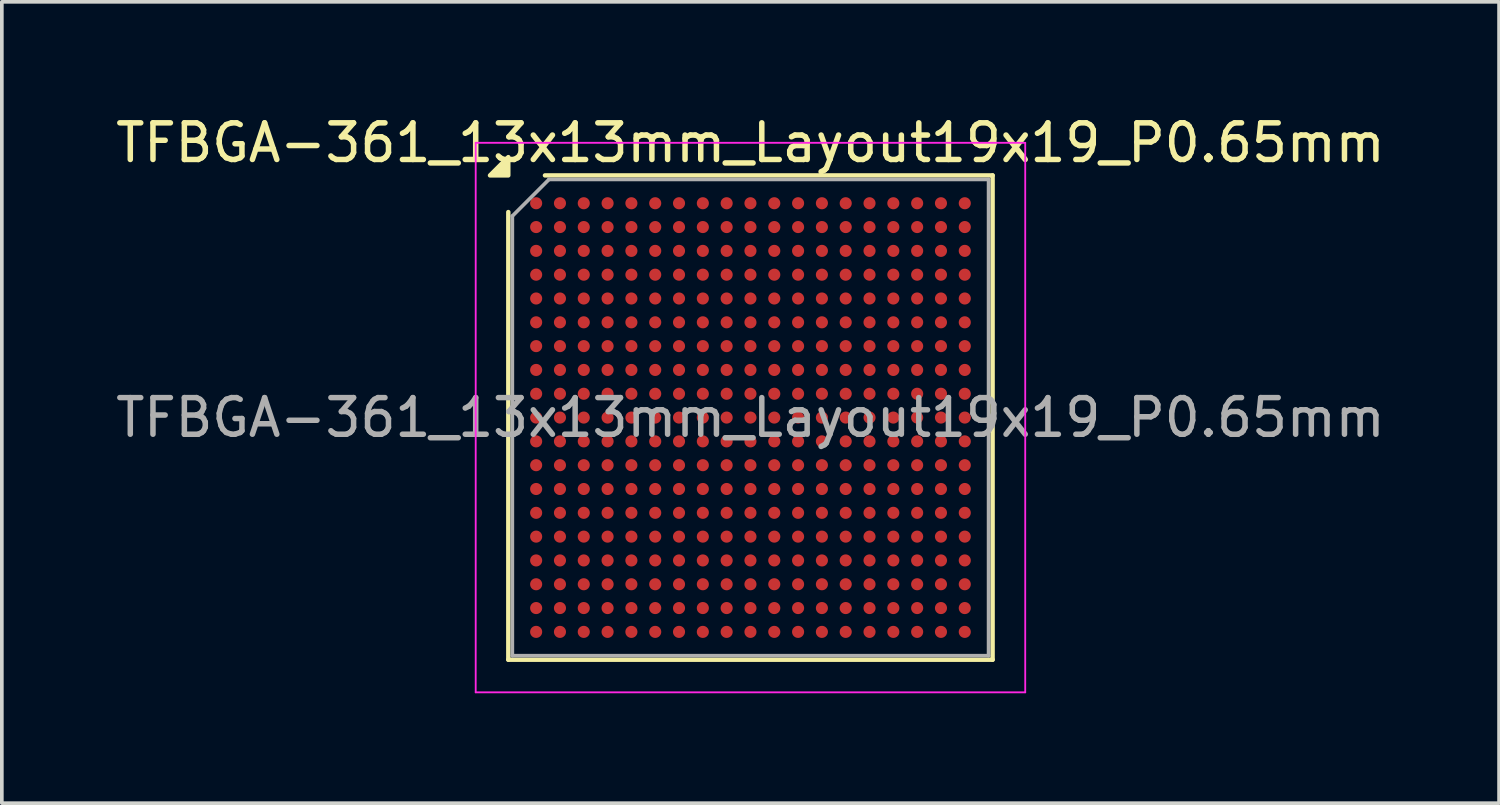
<source format=kicad_pcb>
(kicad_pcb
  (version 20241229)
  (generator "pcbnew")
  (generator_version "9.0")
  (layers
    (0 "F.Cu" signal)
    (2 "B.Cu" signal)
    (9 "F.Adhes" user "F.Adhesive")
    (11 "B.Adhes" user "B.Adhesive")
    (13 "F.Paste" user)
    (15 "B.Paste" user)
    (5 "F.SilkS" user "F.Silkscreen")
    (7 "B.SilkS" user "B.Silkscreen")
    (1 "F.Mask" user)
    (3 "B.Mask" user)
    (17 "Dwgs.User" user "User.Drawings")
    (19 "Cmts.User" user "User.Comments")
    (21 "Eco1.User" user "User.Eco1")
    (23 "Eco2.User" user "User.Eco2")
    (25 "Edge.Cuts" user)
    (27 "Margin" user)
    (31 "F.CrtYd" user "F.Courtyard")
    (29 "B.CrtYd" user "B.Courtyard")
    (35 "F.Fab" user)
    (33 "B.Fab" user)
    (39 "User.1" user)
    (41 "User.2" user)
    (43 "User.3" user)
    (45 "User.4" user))
  (footprint "TFBGA-361_13x13mm_Layout19x19_P0.65mm"
    (layer "F.Cu")
    (at 17.435 8.348)
    (property "Reference" "TFBGA-361_13x13mm_Layout19x19_P0.65mm" (at 0 -7.5 0) (layer "F.SilkS") (effects (font (size 1 1) (thickness 0.15))))
    (attr smd)
    (fp_line (start -6.61 6.61) (end -6.61 -5.61) (stroke (width 0.12) (type solid)) (layer "F.SilkS"))
    (fp_line (start -5.61 -6.61) (end 6.61 -6.61) (stroke (width 0.12) (type solid)) (layer "F.SilkS"))
    (fp_line (start 6.61 -6.61) (end 6.61 6.61) (stroke (width 0.12) (type solid)) (layer "F.SilkS"))
    (fp_line (start 6.61 6.61) (end -6.61 6.61) (stroke (width 0.12) (type solid)) (layer "F.SilkS"))
    (fp_poly (pts (xy -6.61 -6.61) (xy -7.11 -6.61) (xy -6.61 -7.11)) (stroke (width 0.12) (type solid)) (fill yes) (layer "F.SilkS"))
    (fp_line (start -7.5 -7.5) (end -7.5 7.5) (stroke (width 0.05) (type solid)) (layer "F.CrtYd"))
    (fp_line (start -7.5 7.5) (end 7.5 7.5) (stroke (width 0.05) (type solid)) (layer "F.CrtYd"))
    (fp_line (start 7.5 -7.5) (end -7.5 -7.5) (stroke (width 0.05) (type solid)) (layer "F.CrtYd"))
    (fp_line (start 7.5 7.5) (end 7.5 -7.5) (stroke (width 0.05) (type solid)) (layer "F.CrtYd"))
    (fp_line (start -6.5 -5.5) (end -5.5 -6.5) (stroke (width 0.1) (type solid)) (layer "F.Fab"))
    (fp_line (start -6.5 6.5) (end -6.5 -5.5) (stroke (width 0.1) (type solid)) (layer "F.Fab"))
    (fp_line (start -5.5 -6.5) (end 6.5 -6.5) (stroke (width 0.1) (type solid)) (layer "F.Fab"))
    (fp_line (start 6.5 -6.5) (end 6.5 6.5) (stroke (width 0.1) (type solid)) (layer "F.Fab"))
    (fp_line (start 6.5 6.5) (end -6.5 6.5) (stroke (width 0.1) (type solid)) (layer "F.Fab"))
    (fp_text user "${REFERENCE}" (at 0 0 0) (layer "F.Fab") (effects (font (size 1 1) (thickness 0.15))))
    (pad "A1" smd circle (at -5.85 -5.85) (size 0.33 0.33) (property pad_prop_bga) (layers "F.Cu" "F.Mask" "F.Paste"))
    (pad "A2" smd circle (at -5.2 -5.85) (size 0.33 0.33) (property pad_prop_bga) (layers "F.Cu" "F.Mask" "F.Paste"))
    (pad "A3" smd circle (at -4.55 -5.85) (size 0.33 0.33) (property pad_prop_bga) (layers "F.Cu" "F.Mask" "F.Paste"))
    (pad "A4" smd circle (at -3.9 -5.85) (size 0.33 0.33) (property pad_prop_bga) (layers "F.Cu" "F.Mask" "F.Paste"))
    (pad "A5" smd circle (at -3.25 -5.85) (size 0.33 0.33) (property pad_prop_bga) (layers "F.Cu" "F.Mask" "F.Paste"))
    (pad "A6" smd circle (at -2.6 -5.85) (size 0.33 0.33) (property pad_prop_bga) (layers "F.Cu" "F.Mask" "F.Paste"))
    (pad "A7" smd circle (at -1.95 -5.85) (size 0.33 0.33) (property pad_prop_bga) (layers "F.Cu" "F.Mask" "F.Paste"))
    (pad "A8" smd circle (at -1.3 -5.85) (size 0.33 0.33) (property pad_prop_bga) (layers "F.Cu" "F.Mask" "F.Paste"))
    (pad "A9" smd circle (at -0.65 -5.85) (size 0.33 0.33) (property pad_prop_bga) (layers "F.Cu" "F.Mask" "F.Paste"))
    (pad "A10" smd circle (at 0 -5.85) (size 0.33 0.33) (property pad_prop_bga) (layers "F.Cu" "F.Mask" "F.Paste"))
    (pad "A11" smd circle (at 0.65 -5.85) (size 0.33 0.33) (property pad_prop_bga) (layers "F.Cu" "F.Mask" "F.Paste"))
    (pad "A12" smd circle (at 1.3 -5.85) (size 0.33 0.33) (property pad_prop_bga) (layers "F.Cu" "F.Mask" "F.Paste"))
    (pad "A13" smd circle (at 1.95 -5.85) (size 0.33 0.33) (property pad_prop_bga) (layers "F.Cu" "F.Mask" "F.Paste"))
    (pad "A14" smd circle (at 2.6 -5.85) (size 0.33 0.33) (property pad_prop_bga) (layers "F.Cu" "F.Mask" "F.Paste"))
    (pad "A15" smd circle (at 3.25 -5.85) (size 0.33 0.33) (property pad_prop_bga) (layers "F.Cu" "F.Mask" "F.Paste"))
    (pad "A16" smd circle (at 3.9 -5.85) (size 0.33 0.33) (property pad_prop_bga) (layers "F.Cu" "F.Mask" "F.Paste"))
    (pad "A17" smd circle (at 4.55 -5.85) (size 0.33 0.33) (property pad_prop_bga) (layers "F.Cu" "F.Mask" "F.Paste"))
    (pad "A18" smd circle (at 5.2 -5.85) (size 0.33 0.33) (property pad_prop_bga) (layers "F.Cu" "F.Mask" "F.Paste"))
    (pad "A19" smd circle (at 5.85 -5.85) (size 0.33 0.33) (property pad_prop_bga) (layers "F.Cu" "F.Mask" "F.Paste"))
    (pad "B1" smd circle (at -5.85 -5.2) (size 0.33 0.33) (property pad_prop_bga) (layers "F.Cu" "F.Mask" "F.Paste"))
    (pad "B2" smd circle (at -5.2 -5.2) (size 0.33 0.33) (property pad_prop_bga) (layers "F.Cu" "F.Mask" "F.Paste"))
    (pad "B3" smd circle (at -4.55 -5.2) (size 0.33 0.33) (property pad_prop_bga) (layers "F.Cu" "F.Mask" "F.Paste"))
    (pad "B4" smd circle (at -3.9 -5.2) (size 0.33 0.33) (property pad_prop_bga) (layers "F.Cu" "F.Mask" "F.Paste"))
    (pad "B5" smd circle (at -3.25 -5.2) (size 0.33 0.33) (property pad_prop_bga) (layers "F.Cu" "F.Mask" "F.Paste"))
    (pad "B6" smd circle (at -2.6 -5.2) (size 0.33 0.33) (property pad_prop_bga) (layers "F.Cu" "F.Mask" "F.Paste"))
    (pad "B7" smd circle (at -1.95 -5.2) (size 0.33 0.33) (property pad_prop_bga) (layers "F.Cu" "F.Mask" "F.Paste"))
    (pad "B8" smd circle (at -1.3 -5.2) (size 0.33 0.33) (property pad_prop_bga) (layers "F.Cu" "F.Mask" "F.Paste"))
    (pad "B9" smd circle (at -0.65 -5.2) (size 0.33 0.33) (property pad_prop_bga) (layers "F.Cu" "F.Mask" "F.Paste"))
    (pad "B10" smd circle (at 0 -5.2) (size 0.33 0.33) (property pad_prop_bga) (layers "F.Cu" "F.Mask" "F.Paste"))
    (pad "B11" smd circle (at 0.65 -5.2) (size 0.33 0.33) (property pad_prop_bga) (layers "F.Cu" "F.Mask" "F.Paste"))
    (pad "B12" smd circle (at 1.3 -5.2) (size 0.33 0.33) (property pad_prop_bga) (layers "F.Cu" "F.Mask" "F.Paste"))
    (pad "B13" smd circle (at 1.95 -5.2) (size 0.33 0.33) (property pad_prop_bga) (layers "F.Cu" "F.Mask" "F.Paste"))
    (pad "B14" smd circle (at 2.6 -5.2) (size 0.33 0.33) (property pad_prop_bga) (layers "F.Cu" "F.Mask" "F.Paste"))
    (pad "B15" smd circle (at 3.25 -5.2) (size 0.33 0.33) (property pad_prop_bga) (layers "F.Cu" "F.Mask" "F.Paste"))
    (pad "B16" smd circle (at 3.9 -5.2) (size 0.33 0.33) (property pad_prop_bga) (layers "F.Cu" "F.Mask" "F.Paste"))
    (pad "B17" smd circle (at 4.55 -5.2) (size 0.33 0.33) (property pad_prop_bga) (layers "F.Cu" "F.Mask" "F.Paste"))
    (pad "B18" smd circle (at 5.2 -5.2) (size 0.33 0.33) (property pad_prop_bga) (layers "F.Cu" "F.Mask" "F.Paste"))
    (pad "B19" smd circle (at 5.85 -5.2) (size 0.33 0.33) (property pad_prop_bga) (layers "F.Cu" "F.Mask" "F.Paste"))
    (pad "C1" smd circle (at -5.85 -4.55) (size 0.33 0.33) (property pad_prop_bga) (layers "F.Cu" "F.Mask" "F.Paste"))
    (pad "C2" smd circle (at -5.2 -4.55) (size 0.33 0.33) (property pad_prop_bga) (layers "F.Cu" "F.Mask" "F.Paste"))
    (pad "C3" smd circle (at -4.55 -4.55) (size 0.33 0.33) (property pad_prop_bga) (layers "F.Cu" "F.Mask" "F.Paste"))
    (pad "C4" smd circle (at -3.9 -4.55) (size 0.33 0.33) (property pad_prop_bga) (layers "F.Cu" "F.Mask" "F.Paste"))
    (pad "C5" smd circle (at -3.25 -4.55) (size 0.33 0.33) (property pad_prop_bga) (layers "F.Cu" "F.Mask" "F.Paste"))
    (pad "C6" smd circle (at -2.6 -4.55) (size 0.33 0.33) (property pad_prop_bga) (layers "F.Cu" "F.Mask" "F.Paste"))
    (pad "C7" smd circle (at -1.95 -4.55) (size 0.33 0.33) (property pad_prop_bga) (layers "F.Cu" "F.Mask" "F.Paste"))
    (pad "C8" smd circle (at -1.3 -4.55) (size 0.33 0.33) (property pad_prop_bga) (layers "F.Cu" "F.Mask" "F.Paste"))
    (pad "C9" smd circle (at -0.65 -4.55) (size 0.33 0.33) (property pad_prop_bga) (layers "F.Cu" "F.Mask" "F.Paste"))
    (pad "C10" smd circle (at 0 -4.55) (size 0.33 0.33) (property pad_prop_bga) (layers "F.Cu" "F.Mask" "F.Paste"))
    (pad "C11" smd circle (at 0.65 -4.55) (size 0.33 0.33) (property pad_prop_bga) (layers "F.Cu" "F.Mask" "F.Paste"))
    (pad "C12" smd circle (at 1.3 -4.55) (size 0.33 0.33) (property pad_prop_bga) (layers "F.Cu" "F.Mask" "F.Paste"))
    (pad "C13" smd circle (at 1.95 -4.55) (size 0.33 0.33) (property pad_prop_bga) (layers "F.Cu" "F.Mask" "F.Paste"))
    (pad "C14" smd circle (at 2.6 -4.55) (size 0.33 0.33) (property pad_prop_bga) (layers "F.Cu" "F.Mask" "F.Paste"))
    (pad "C15" smd circle (at 3.25 -4.55) (size 0.33 0.33) (property pad_prop_bga) (layers "F.Cu" "F.Mask" "F.Paste"))
    (pad "C16" smd circle (at 3.9 -4.55) (size 0.33 0.33) (property pad_prop_bga) (layers "F.Cu" "F.Mask" "F.Paste"))
    (pad "C17" smd circle (at 4.55 -4.55) (size 0.33 0.33) (property pad_prop_bga) (layers "F.Cu" "F.Mask" "F.Paste"))
    (pad "C18" smd circle (at 5.2 -4.55) (size 0.33 0.33) (property pad_prop_bga) (layers "F.Cu" "F.Mask" "F.Paste"))
    (pad "C19" smd circle (at 5.85 -4.55) (size 0.33 0.33) (property pad_prop_bga) (layers "F.Cu" "F.Mask" "F.Paste"))
    (pad "D1" smd circle (at -5.85 -3.9) (size 0.33 0.33) (property pad_prop_bga) (layers "F.Cu" "F.Mask" "F.Paste"))
    (pad "D2" smd circle (at -5.2 -3.9) (size 0.33 0.33) (property pad_prop_bga) (layers "F.Cu" "F.Mask" "F.Paste"))
    (pad "D3" smd circle (at -4.55 -3.9) (size 0.33 0.33) (property pad_prop_bga) (layers "F.Cu" "F.Mask" "F.Paste"))
    (pad "D4" smd circle (at -3.9 -3.9) (size 0.33 0.33) (property pad_prop_bga) (layers "F.Cu" "F.Mask" "F.Paste"))
    (pad "D5" smd circle (at -3.25 -3.9) (size 0.33 0.33) (property pad_prop_bga) (layers "F.Cu" "F.Mask" "F.Paste"))
    (pad "D6" smd circle (at -2.6 -3.9) (size 0.33 0.33) (property pad_prop_bga) (layers "F.Cu" "F.Mask" "F.Paste"))
    (pad "D7" smd circle (at -1.95 -3.9) (size 0.33 0.33) (property pad_prop_bga) (layers "F.Cu" "F.Mask" "F.Paste"))
    (pad "D8" smd circle (at -1.3 -3.9) (size 0.33 0.33) (property pad_prop_bga) (layers "F.Cu" "F.Mask" "F.Paste"))
    (pad "D9" smd circle (at -0.65 -3.9) (size 0.33 0.33) (property pad_prop_bga) (layers "F.Cu" "F.Mask" "F.Paste"))
    (pad "D10" smd circle (at 0 -3.9) (size 0.33 0.33) (property pad_prop_bga) (layers "F.Cu" "F.Mask" "F.Paste"))
    (pad "D11" smd circle (at 0.65 -3.9) (size 0.33 0.33) (property pad_prop_bga) (layers "F.Cu" "F.Mask" "F.Paste"))
    (pad "D12" smd circle (at 1.3 -3.9) (size 0.33 0.33) (property pad_prop_bga) (layers "F.Cu" "F.Mask" "F.Paste"))
    (pad "D13" smd circle (at 1.95 -3.9) (size 0.33 0.33) (property pad_prop_bga) (layers "F.Cu" "F.Mask" "F.Paste"))
    (pad "D14" smd circle (at 2.6 -3.9) (size 0.33 0.33) (property pad_prop_bga) (layers "F.Cu" "F.Mask" "F.Paste"))
    (pad "D15" smd circle (at 3.25 -3.9) (size 0.33 0.33) (property pad_prop_bga) (layers "F.Cu" "F.Mask" "F.Paste"))
    (pad "D16" smd circle (at 3.9 -3.9) (size 0.33 0.33) (property pad_prop_bga) (layers "F.Cu" "F.Mask" "F.Paste"))
    (pad "D17" smd circle (at 4.55 -3.9) (size 0.33 0.33) (property pad_prop_bga) (layers "F.Cu" "F.Mask" "F.Paste"))
    (pad "D18" smd circle (at 5.2 -3.9) (size 0.33 0.33) (property pad_prop_bga) (layers "F.Cu" "F.Mask" "F.Paste"))
    (pad "D19" smd circle (at 5.85 -3.9) (size 0.33 0.33) (property pad_prop_bga) (layers "F.Cu" "F.Mask" "F.Paste"))
    (pad "E1" smd circle (at -5.85 -3.25) (size 0.33 0.33) (property pad_prop_bga) (layers "F.Cu" "F.Mask" "F.Paste"))
    (pad "E2" smd circle (at -5.2 -3.25) (size 0.33 0.33) (property pad_prop_bga) (layers "F.Cu" "F.Mask" "F.Paste"))
    (pad "E3" smd circle (at -4.55 -3.25) (size 0.33 0.33) (property pad_prop_bga) (layers "F.Cu" "F.Mask" "F.Paste"))
    (pad "E4" smd circle (at -3.9 -3.25) (size 0.33 0.33) (property pad_prop_bga) (layers "F.Cu" "F.Mask" "F.Paste"))
    (pad "E5" smd circle (at -3.25 -3.25) (size 0.33 0.33) (property pad_prop_bga) (layers "F.Cu" "F.Mask" "F.Paste"))
    (pad "E6" smd circle (at -2.6 -3.25) (size 0.33 0.33) (property pad_prop_bga) (layers "F.Cu" "F.Mask" "F.Paste"))
    (pad "E7" smd circle (at -1.95 -3.25) (size 0.33 0.33) (property pad_prop_bga) (layers "F.Cu" "F.Mask" "F.Paste"))
    (pad "E8" smd circle (at -1.3 -3.25) (size 0.33 0.33) (property pad_prop_bga) (layers "F.Cu" "F.Mask" "F.Paste"))
    (pad "E9" smd circle (at -0.65 -3.25) (size 0.33 0.33) (property pad_prop_bga) (layers "F.Cu" "F.Mask" "F.Paste"))
    (pad "E10" smd circle (at 0 -3.25) (size 0.33 0.33) (property pad_prop_bga) (layers "F.Cu" "F.Mask" "F.Paste"))
    (pad "E11" smd circle (at 0.65 -3.25) (size 0.33 0.33) (property pad_prop_bga) (layers "F.Cu" "F.Mask" "F.Paste"))
    (pad "E12" smd circle (at 1.3 -3.25) (size 0.33 0.33) (property pad_prop_bga) (layers "F.Cu" "F.Mask" "F.Paste"))
    (pad "E13" smd circle (at 1.95 -3.25) (size 0.33 0.33) (property pad_prop_bga) (layers "F.Cu" "F.Mask" "F.Paste"))
    (pad "E14" smd circle (at 2.6 -3.25) (size 0.33 0.33) (property pad_prop_bga) (layers "F.Cu" "F.Mask" "F.Paste"))
    (pad "E15" smd circle (at 3.25 -3.25) (size 0.33 0.33) (property pad_prop_bga) (layers "F.Cu" "F.Mask" "F.Paste"))
    (pad "E16" smd circle (at 3.9 -3.25) (size 0.33 0.33) (property pad_prop_bga) (layers "F.Cu" "F.Mask" "F.Paste"))
    (pad "E17" smd circle (at 4.55 -3.25) (size 0.33 0.33) (property pad_prop_bga) (layers "F.Cu" "F.Mask" "F.Paste"))
    (pad "E18" smd circle (at 5.2 -3.25) (size 0.33 0.33) (property pad_prop_bga) (layers "F.Cu" "F.Mask" "F.Paste"))
    (pad "E19" smd circle (at 5.85 -3.25) (size 0.33 0.33) (property pad_prop_bga) (layers "F.Cu" "F.Mask" "F.Paste"))
    (pad "F1" smd circle (at -5.85 -2.6) (size 0.33 0.33) (property pad_prop_bga) (layers "F.Cu" "F.Mask" "F.Paste"))
    (pad "F2" smd circle (at -5.2 -2.6) (size 0.33 0.33) (property pad_prop_bga) (layers "F.Cu" "F.Mask" "F.Paste"))
    (pad "F3" smd circle (at -4.55 -2.6) (size 0.33 0.33) (property pad_prop_bga) (layers "F.Cu" "F.Mask" "F.Paste"))
    (pad "F4" smd circle (at -3.9 -2.6) (size 0.33 0.33) (property pad_prop_bga) (layers "F.Cu" "F.Mask" "F.Paste"))
    (pad "F5" smd circle (at -3.25 -2.6) (size 0.33 0.33) (property pad_prop_bga) (layers "F.Cu" "F.Mask" "F.Paste"))
    (pad "F6" smd circle (at -2.6 -2.6) (size 0.33 0.33) (property pad_prop_bga) (layers "F.Cu" "F.Mask" "F.Paste"))
    (pad "F7" smd circle (at -1.95 -2.6) (size 0.33 0.33) (property pad_prop_bga) (layers "F.Cu" "F.Mask" "F.Paste"))
    (pad "F8" smd circle (at -1.3 -2.6) (size 0.33 0.33) (property pad_prop_bga) (layers "F.Cu" "F.Mask" "F.Paste"))
    (pad "F9" smd circle (at -0.65 -2.6) (size 0.33 0.33) (property pad_prop_bga) (layers "F.Cu" "F.Mask" "F.Paste"))
    (pad "F10" smd circle (at 0 -2.6) (size 0.33 0.33) (property pad_prop_bga) (layers "F.Cu" "F.Mask" "F.Paste"))
    (pad "F11" smd circle (at 0.65 -2.6) (size 0.33 0.33) (property pad_prop_bga) (layers "F.Cu" "F.Mask" "F.Paste"))
    (pad "F12" smd circle (at 1.3 -2.6) (size 0.33 0.33) (property pad_prop_bga) (layers "F.Cu" "F.Mask" "F.Paste"))
    (pad "F13" smd circle (at 1.95 -2.6) (size 0.33 0.33) (property pad_prop_bga) (layers "F.Cu" "F.Mask" "F.Paste"))
    (pad "F14" smd circle (at 2.6 -2.6) (size 0.33 0.33) (property pad_prop_bga) (layers "F.Cu" "F.Mask" "F.Paste"))
    (pad "F15" smd circle (at 3.25 -2.6) (size 0.33 0.33) (property pad_prop_bga) (layers "F.Cu" "F.Mask" "F.Paste"))
    (pad "F16" smd circle (at 3.9 -2.6) (size 0.33 0.33) (property pad_prop_bga) (layers "F.Cu" "F.Mask" "F.Paste"))
    (pad "F17" smd circle (at 4.55 -2.6) (size 0.33 0.33) (property pad_prop_bga) (layers "F.Cu" "F.Mask" "F.Paste"))
    (pad "F18" smd circle (at 5.2 -2.6) (size 0.33 0.33) (property pad_prop_bga) (layers "F.Cu" "F.Mask" "F.Paste"))
    (pad "F19" smd circle (at 5.85 -2.6) (size 0.33 0.33) (property pad_prop_bga) (layers "F.Cu" "F.Mask" "F.Paste"))
    (pad "G1" smd circle (at -5.85 -1.95) (size 0.33 0.33) (property pad_prop_bga) (layers "F.Cu" "F.Mask" "F.Paste"))
    (pad "G2" smd circle (at -5.2 -1.95) (size 0.33 0.33) (property pad_prop_bga) (layers "F.Cu" "F.Mask" "F.Paste"))
    (pad "G3" smd circle (at -4.55 -1.95) (size 0.33 0.33) (property pad_prop_bga) (layers "F.Cu" "F.Mask" "F.Paste"))
    (pad "G4" smd circle (at -3.9 -1.95) (size 0.33 0.33) (property pad_prop_bga) (layers "F.Cu" "F.Mask" "F.Paste"))
    (pad "G5" smd circle (at -3.25 -1.95) (size 0.33 0.33) (property pad_prop_bga) (layers "F.Cu" "F.Mask" "F.Paste"))
    (pad "G6" smd circle (at -2.6 -1.95) (size 0.33 0.33) (property pad_prop_bga) (layers "F.Cu" "F.Mask" "F.Paste"))
    (pad "G7" smd circle (at -1.95 -1.95) (size 0.33 0.33) (property pad_prop_bga) (layers "F.Cu" "F.Mask" "F.Paste"))
    (pad "G8" smd circle (at -1.3 -1.95) (size 0.33 0.33) (property pad_prop_bga) (layers "F.Cu" "F.Mask" "F.Paste"))
    (pad "G9" smd circle (at -0.65 -1.95) (size 0.33 0.33) (property pad_prop_bga) (layers "F.Cu" "F.Mask" "F.Paste"))
    (pad "G10" smd circle (at 0 -1.95) (size 0.33 0.33) (property pad_prop_bga) (layers "F.Cu" "F.Mask" "F.Paste"))
    (pad "G11" smd circle (at 0.65 -1.95) (size 0.33 0.33) (property pad_prop_bga) (layers "F.Cu" "F.Mask" "F.Paste"))
    (pad "G12" smd circle (at 1.3 -1.95) (size 0.33 0.33) (property pad_prop_bga) (layers "F.Cu" "F.Mask" "F.Paste"))
    (pad "G13" smd circle (at 1.95 -1.95) (size 0.33 0.33) (property pad_prop_bga) (layers "F.Cu" "F.Mask" "F.Paste"))
    (pad "G14" smd circle (at 2.6 -1.95) (size 0.33 0.33) (property pad_prop_bga) (layers "F.Cu" "F.Mask" "F.Paste"))
    (pad "G15" smd circle (at 3.25 -1.95) (size 0.33 0.33) (property pad_prop_bga) (layers "F.Cu" "F.Mask" "F.Paste"))
    (pad "G16" smd circle (at 3.9 -1.95) (size 0.33 0.33) (property pad_prop_bga) (layers "F.Cu" "F.Mask" "F.Paste"))
    (pad "G17" smd circle (at 4.55 -1.95) (size 0.33 0.33) (property pad_prop_bga) (layers "F.Cu" "F.Mask" "F.Paste"))
    (pad "G18" smd circle (at 5.2 -1.95) (size 0.33 0.33) (property pad_prop_bga) (layers "F.Cu" "F.Mask" "F.Paste"))
    (pad "G19" smd circle (at 5.85 -1.95) (size 0.33 0.33) (property pad_prop_bga) (layers "F.Cu" "F.Mask" "F.Paste"))
    (pad "H1" smd circle (at -5.85 -1.3) (size 0.33 0.33) (property pad_prop_bga) (layers "F.Cu" "F.Mask" "F.Paste"))
    (pad "H2" smd circle (at -5.2 -1.3) (size 0.33 0.33) (property pad_prop_bga) (layers "F.Cu" "F.Mask" "F.Paste"))
    (pad "H3" smd circle (at -4.55 -1.3) (size 0.33 0.33) (property pad_prop_bga) (layers "F.Cu" "F.Mask" "F.Paste"))
    (pad "H4" smd circle (at -3.9 -1.3) (size 0.33 0.33) (property pad_prop_bga) (layers "F.Cu" "F.Mask" "F.Paste"))
    (pad "H5" smd circle (at -3.25 -1.3) (size 0.33 0.33) (property pad_prop_bga) (layers "F.Cu" "F.Mask" "F.Paste"))
    (pad "H6" smd circle (at -2.6 -1.3) (size 0.33 0.33) (property pad_prop_bga) (layers "F.Cu" "F.Mask" "F.Paste"))
    (pad "H7" smd circle (at -1.95 -1.3) (size 0.33 0.33) (property pad_prop_bga) (layers "F.Cu" "F.Mask" "F.Paste"))
    (pad "H8" smd circle (at -1.3 -1.3) (size 0.33 0.33) (property pad_prop_bga) (layers "F.Cu" "F.Mask" "F.Paste"))
    (pad "H9" smd circle (at -0.65 -1.3) (size 0.33 0.33) (property pad_prop_bga) (layers "F.Cu" "F.Mask" "F.Paste"))
    (pad "H10" smd circle (at 0 -1.3) (size 0.33 0.33) (property pad_prop_bga) (layers "F.Cu" "F.Mask" "F.Paste"))
    (pad "H11" smd circle (at 0.65 -1.3) (size 0.33 0.33) (property pad_prop_bga) (layers "F.Cu" "F.Mask" "F.Paste"))
    (pad "H12" smd circle (at 1.3 -1.3) (size 0.33 0.33) (property pad_prop_bga) (layers "F.Cu" "F.Mask" "F.Paste"))
    (pad "H13" smd circle (at 1.95 -1.3) (size 0.33 0.33) (property pad_prop_bga) (layers "F.Cu" "F.Mask" "F.Paste"))
    (pad "H14" smd circle (at 2.6 -1.3) (size 0.33 0.33) (property pad_prop_bga) (layers "F.Cu" "F.Mask" "F.Paste"))
    (pad "H15" smd circle (at 3.25 -1.3) (size 0.33 0.33) (property pad_prop_bga) (layers "F.Cu" "F.Mask" "F.Paste"))
    (pad "H16" smd circle (at 3.9 -1.3) (size 0.33 0.33) (property pad_prop_bga) (layers "F.Cu" "F.Mask" "F.Paste"))
    (pad "H17" smd circle (at 4.55 -1.3) (size 0.33 0.33) (property pad_prop_bga) (layers "F.Cu" "F.Mask" "F.Paste"))
    (pad "H18" smd circle (at 5.2 -1.3) (size 0.33 0.33) (property pad_prop_bga) (layers "F.Cu" "F.Mask" "F.Paste"))
    (pad "H19" smd circle (at 5.85 -1.3) (size 0.33 0.33) (property pad_prop_bga) (layers "F.Cu" "F.Mask" "F.Paste"))
    (pad "J1" smd circle (at -5.85 -0.65) (size 0.33 0.33) (property pad_prop_bga) (layers "F.Cu" "F.Mask" "F.Paste"))
    (pad "J2" smd circle (at -5.2 -0.65) (size 0.33 0.33) (property pad_prop_bga) (layers "F.Cu" "F.Mask" "F.Paste"))
    (pad "J3" smd circle (at -4.55 -0.65) (size 0.33 0.33) (property pad_prop_bga) (layers "F.Cu" "F.Mask" "F.Paste"))
    (pad "J4" smd circle (at -3.9 -0.65) (size 0.33 0.33) (property pad_prop_bga) (layers "F.Cu" "F.Mask" "F.Paste"))
    (pad "J5" smd circle (at -3.25 -0.65) (size 0.33 0.33) (property pad_prop_bga) (layers "F.Cu" "F.Mask" "F.Paste"))
    (pad "J6" smd circle (at -2.6 -0.65) (size 0.33 0.33) (property pad_prop_bga) (layers "F.Cu" "F.Mask" "F.Paste"))
    (pad "J7" smd circle (at -1.95 -0.65) (size 0.33 0.33) (property pad_prop_bga) (layers "F.Cu" "F.Mask" "F.Paste"))
    (pad "J8" smd circle (at -1.3 -0.65) (size 0.33 0.33) (property pad_prop_bga) (layers "F.Cu" "F.Mask" "F.Paste"))
    (pad "J9" smd circle (at -0.65 -0.65) (size 0.33 0.33) (property pad_prop_bga) (layers "F.Cu" "F.Mask" "F.Paste"))
    (pad "J10" smd circle (at 0 -0.65) (size 0.33 0.33) (property pad_prop_bga) (layers "F.Cu" "F.Mask" "F.Paste"))
    (pad "J11" smd circle (at 0.65 -0.65) (size 0.33 0.33) (property pad_prop_bga) (layers "F.Cu" "F.Mask" "F.Paste"))
    (pad "J12" smd circle (at 1.3 -0.65) (size 0.33 0.33) (property pad_prop_bga) (layers "F.Cu" "F.Mask" "F.Paste"))
    (pad "J13" smd circle (at 1.95 -0.65) (size 0.33 0.33) (property pad_prop_bga) (layers "F.Cu" "F.Mask" "F.Paste"))
    (pad "J14" smd circle (at 2.6 -0.65) (size 0.33 0.33) (property pad_prop_bga) (layers "F.Cu" "F.Mask" "F.Paste"))
    (pad "J15" smd circle (at 3.25 -0.65) (size 0.33 0.33) (property pad_prop_bga) (layers "F.Cu" "F.Mask" "F.Paste"))
    (pad "J16" smd circle (at 3.9 -0.65) (size 0.33 0.33) (property pad_prop_bga) (layers "F.Cu" "F.Mask" "F.Paste"))
    (pad "J17" smd circle (at 4.55 -0.65) (size 0.33 0.33) (property pad_prop_bga) (layers "F.Cu" "F.Mask" "F.Paste"))
    (pad "J18" smd circle (at 5.2 -0.65) (size 0.33 0.33) (property pad_prop_bga) (layers "F.Cu" "F.Mask" "F.Paste"))
    (pad "J19" smd circle (at 5.85 -0.65) (size 0.33 0.33) (property pad_prop_bga) (layers "F.Cu" "F.Mask" "F.Paste"))
    (pad "K1" smd circle (at -5.85 0) (size 0.33 0.33) (property pad_prop_bga) (layers "F.Cu" "F.Mask" "F.Paste"))
    (pad "K2" smd circle (at -5.2 0) (size 0.33 0.33) (property pad_prop_bga) (layers "F.Cu" "F.Mask" "F.Paste"))
    (pad "K3" smd circle (at -4.55 0) (size 0.33 0.33) (property pad_prop_bga) (layers "F.Cu" "F.Mask" "F.Paste"))
    (pad "K4" smd circle (at -3.9 0) (size 0.33 0.33) (property pad_prop_bga) (layers "F.Cu" "F.Mask" "F.Paste"))
    (pad "K5" smd circle (at -3.25 0) (size 0.33 0.33) (property pad_prop_bga) (layers "F.Cu" "F.Mask" "F.Paste"))
    (pad "K6" smd circle (at -2.6 0) (size 0.33 0.33) (property pad_prop_bga) (layers "F.Cu" "F.Mask" "F.Paste"))
    (pad "K7" smd circle (at -1.95 0) (size 0.33 0.33) (property pad_prop_bga) (layers "F.Cu" "F.Mask" "F.Paste"))
    (pad "K8" smd circle (at -1.3 0) (size 0.33 0.33) (property pad_prop_bga) (layers "F.Cu" "F.Mask" "F.Paste"))
    (pad "K9" smd circle (at -0.65 0) (size 0.33 0.33) (property pad_prop_bga) (layers "F.Cu" "F.Mask" "F.Paste"))
    (pad "K10" smd circle (at 0 0) (size 0.33 0.33) (property pad_prop_bga) (layers "F.Cu" "F.Mask" "F.Paste"))
    (pad "K11" smd circle (at 0.65 0) (size 0.33 0.33) (property pad_prop_bga) (layers "F.Cu" "F.Mask" "F.Paste"))
    (pad "K12" smd circle (at 1.3 0) (size 0.33 0.33) (property pad_prop_bga) (layers "F.Cu" "F.Mask" "F.Paste"))
    (pad "K13" smd circle (at 1.95 0) (size 0.33 0.33) (property pad_prop_bga) (layers "F.Cu" "F.Mask" "F.Paste"))
    (pad "K14" smd circle (at 2.6 0) (size 0.33 0.33) (property pad_prop_bga) (layers "F.Cu" "F.Mask" "F.Paste"))
    (pad "K15" smd circle (at 3.25 0) (size 0.33 0.33) (property pad_prop_bga) (layers "F.Cu" "F.Mask" "F.Paste"))
    (pad "K16" smd circle (at 3.9 0) (size 0.33 0.33) (property pad_prop_bga) (layers "F.Cu" "F.Mask" "F.Paste"))
    (pad "K17" smd circle (at 4.55 0) (size 0.33 0.33) (property pad_prop_bga) (layers "F.Cu" "F.Mask" "F.Paste"))
    (pad "K18" smd circle (at 5.2 0) (size 0.33 0.33) (property pad_prop_bga) (layers "F.Cu" "F.Mask" "F.Paste"))
    (pad "K19" smd circle (at 5.85 0) (size 0.33 0.33) (property pad_prop_bga) (layers "F.Cu" "F.Mask" "F.Paste"))
    (pad "L1" smd circle (at -5.85 0.65) (size 0.33 0.33) (property pad_prop_bga) (layers "F.Cu" "F.Mask" "F.Paste"))
    (pad "L2" smd circle (at -5.2 0.65) (size 0.33 0.33) (property pad_prop_bga) (layers "F.Cu" "F.Mask" "F.Paste"))
    (pad "L3" smd circle (at -4.55 0.65) (size 0.33 0.33) (property pad_prop_bga) (layers "F.Cu" "F.Mask" "F.Paste"))
    (pad "L4" smd circle (at -3.9 0.65) (size 0.33 0.33) (property pad_prop_bga) (layers "F.Cu" "F.Mask" "F.Paste"))
    (pad "L5" smd circle (at -3.25 0.65) (size 0.33 0.33) (property pad_prop_bga) (layers "F.Cu" "F.Mask" "F.Paste"))
    (pad "L6" smd circle (at -2.6 0.65) (size 0.33 0.33) (property pad_prop_bga) (layers "F.Cu" "F.Mask" "F.Paste"))
    (pad "L7" smd circle (at -1.95 0.65) (size 0.33 0.33) (property pad_prop_bga) (layers "F.Cu" "F.Mask" "F.Paste"))
    (pad "L8" smd circle (at -1.3 0.65) (size 0.33 0.33) (property pad_prop_bga) (layers "F.Cu" "F.Mask" "F.Paste"))
    (pad "L9" smd circle (at -0.65 0.65) (size 0.33 0.33) (property pad_prop_bga) (layers "F.Cu" "F.Mask" "F.Paste"))
    (pad "L10" smd circle (at 0 0.65) (size 0.33 0.33) (property pad_prop_bga) (layers "F.Cu" "F.Mask" "F.Paste"))
    (pad "L11" smd circle (at 0.65 0.65) (size 0.33 0.33) (property pad_prop_bga) (layers "F.Cu" "F.Mask" "F.Paste"))
    (pad "L12" smd circle (at 1.3 0.65) (size 0.33 0.33) (property pad_prop_bga) (layers "F.Cu" "F.Mask" "F.Paste"))
    (pad "L13" smd circle (at 1.95 0.65) (size 0.33 0.33) (property pad_prop_bga) (layers "F.Cu" "F.Mask" "F.Paste"))
    (pad "L14" smd circle (at 2.6 0.65) (size 0.33 0.33) (property pad_prop_bga) (layers "F.Cu" "F.Mask" "F.Paste"))
    (pad "L15" smd circle (at 3.25 0.65) (size 0.33 0.33) (property pad_prop_bga) (layers "F.Cu" "F.Mask" "F.Paste"))
    (pad "L16" smd circle (at 3.9 0.65) (size 0.33 0.33) (property pad_prop_bga) (layers "F.Cu" "F.Mask" "F.Paste"))
    (pad "L17" smd circle (at 4.55 0.65) (size 0.33 0.33) (property pad_prop_bga) (layers "F.Cu" "F.Mask" "F.Paste"))
    (pad "L18" smd circle (at 5.2 0.65) (size 0.33 0.33) (property pad_prop_bga) (layers "F.Cu" "F.Mask" "F.Paste"))
    (pad "L19" smd circle (at 5.85 0.65) (size 0.33 0.33) (property pad_prop_bga) (layers "F.Cu" "F.Mask" "F.Paste"))
    (pad "M1" smd circle (at -5.85 1.3) (size 0.33 0.33) (property pad_prop_bga) (layers "F.Cu" "F.Mask" "F.Paste"))
    (pad "M2" smd circle (at -5.2 1.3) (size 0.33 0.33) (property pad_prop_bga) (layers "F.Cu" "F.Mask" "F.Paste"))
    (pad "M3" smd circle (at -4.55 1.3) (size 0.33 0.33) (property pad_prop_bga) (layers "F.Cu" "F.Mask" "F.Paste"))
    (pad "M4" smd circle (at -3.9 1.3) (size 0.33 0.33) (property pad_prop_bga) (layers "F.Cu" "F.Mask" "F.Paste"))
    (pad "M5" smd circle (at -3.25 1.3) (size 0.33 0.33) (property pad_prop_bga) (layers "F.Cu" "F.Mask" "F.Paste"))
    (pad "M6" smd circle (at -2.6 1.3) (size 0.33 0.33) (property pad_prop_bga) (layers "F.Cu" "F.Mask" "F.Paste"))
    (pad "M7" smd circle (at -1.95 1.3) (size 0.33 0.33) (property pad_prop_bga) (layers "F.Cu" "F.Mask" "F.Paste"))
    (pad "M8" smd circle (at -1.3 1.3) (size 0.33 0.33) (property pad_prop_bga) (layers "F.Cu" "F.Mask" "F.Paste"))
    (pad "M9" smd circle (at -0.65 1.3) (size 0.33 0.33) (property pad_prop_bga) (layers "F.Cu" "F.Mask" "F.Paste"))
    (pad "M10" smd circle (at 0 1.3) (size 0.33 0.33) (property pad_prop_bga) (layers "F.Cu" "F.Mask" "F.Paste"))
    (pad "M11" smd circle (at 0.65 1.3) (size 0.33 0.33) (property pad_prop_bga) (layers "F.Cu" "F.Mask" "F.Paste"))
    (pad "M12" smd circle (at 1.3 1.3) (size 0.33 0.33) (property pad_prop_bga) (layers "F.Cu" "F.Mask" "F.Paste"))
    (pad "M13" smd circle (at 1.95 1.3) (size 0.33 0.33) (property pad_prop_bga) (layers "F.Cu" "F.Mask" "F.Paste"))
    (pad "M14" smd circle (at 2.6 1.3) (size 0.33 0.33) (property pad_prop_bga) (layers "F.Cu" "F.Mask" "F.Paste"))
    (pad "M15" smd circle (at 3.25 1.3) (size 0.33 0.33) (property pad_prop_bga) (layers "F.Cu" "F.Mask" "F.Paste"))
    (pad "M16" smd circle (at 3.9 1.3) (size 0.33 0.33) (property pad_prop_bga) (layers "F.Cu" "F.Mask" "F.Paste"))
    (pad "M17" smd circle (at 4.55 1.3) (size 0.33 0.33) (property pad_prop_bga) (layers "F.Cu" "F.Mask" "F.Paste"))
    (pad "M18" smd circle (at 5.2 1.3) (size 0.33 0.33) (property pad_prop_bga) (layers "F.Cu" "F.Mask" "F.Paste"))
    (pad "M19" smd circle (at 5.85 1.3) (size 0.33 0.33) (property pad_prop_bga) (layers "F.Cu" "F.Mask" "F.Paste"))
    (pad "N1" smd circle (at -5.85 1.95) (size 0.33 0.33) (property pad_prop_bga) (layers "F.Cu" "F.Mask" "F.Paste"))
    (pad "N2" smd circle (at -5.2 1.95) (size 0.33 0.33) (property pad_prop_bga) (layers "F.Cu" "F.Mask" "F.Paste"))
    (pad "N3" smd circle (at -4.55 1.95) (size 0.33 0.33) (property pad_prop_bga) (layers "F.Cu" "F.Mask" "F.Paste"))
    (pad "N4" smd circle (at -3.9 1.95) (size 0.33 0.33) (property pad_prop_bga) (layers "F.Cu" "F.Mask" "F.Paste"))
    (pad "N5" smd circle (at -3.25 1.95) (size 0.33 0.33) (property pad_prop_bga) (layers "F.Cu" "F.Mask" "F.Paste"))
    (pad "N6" smd circle (at -2.6 1.95) (size 0.33 0.33) (property pad_prop_bga) (layers "F.Cu" "F.Mask" "F.Paste"))
    (pad "N7" smd circle (at -1.95 1.95) (size 0.33 0.33) (property pad_prop_bga) (layers "F.Cu" "F.Mask" "F.Paste"))
    (pad "N8" smd circle (at -1.3 1.95) (size 0.33 0.33) (property pad_prop_bga) (layers "F.Cu" "F.Mask" "F.Paste"))
    (pad "N9" smd circle (at -0.65 1.95) (size 0.33 0.33) (property pad_prop_bga) (layers "F.Cu" "F.Mask" "F.Paste"))
    (pad "N10" smd circle (at 0 1.95) (size 0.33 0.33) (property pad_prop_bga) (layers "F.Cu" "F.Mask" "F.Paste"))
    (pad "N11" smd circle (at 0.65 1.95) (size 0.33 0.33) (property pad_prop_bga) (layers "F.Cu" "F.Mask" "F.Paste"))
    (pad "N12" smd circle (at 1.3 1.95) (size 0.33 0.33) (property pad_prop_bga) (layers "F.Cu" "F.Mask" "F.Paste"))
    (pad "N13" smd circle (at 1.95 1.95) (size 0.33 0.33) (property pad_prop_bga) (layers "F.Cu" "F.Mask" "F.Paste"))
    (pad "N14" smd circle (at 2.6 1.95) (size 0.33 0.33) (property pad_prop_bga) (layers "F.Cu" "F.Mask" "F.Paste"))
    (pad "N15" smd circle (at 3.25 1.95) (size 0.33 0.33) (property pad_prop_bga) (layers "F.Cu" "F.Mask" "F.Paste"))
    (pad "N16" smd circle (at 3.9 1.95) (size 0.33 0.33) (property pad_prop_bga) (layers "F.Cu" "F.Mask" "F.Paste"))
    (pad "N17" smd circle (at 4.55 1.95) (size 0.33 0.33) (property pad_prop_bga) (layers "F.Cu" "F.Mask" "F.Paste"))
    (pad "N18" smd circle (at 5.2 1.95) (size 0.33 0.33) (property pad_prop_bga) (layers "F.Cu" "F.Mask" "F.Paste"))
    (pad "N19" smd circle (at 5.85 1.95) (size 0.33 0.33) (property pad_prop_bga) (layers "F.Cu" "F.Mask" "F.Paste"))
    (pad "P1" smd circle (at -5.85 2.6) (size 0.33 0.33) (property pad_prop_bga) (layers "F.Cu" "F.Mask" "F.Paste"))
    (pad "P2" smd circle (at -5.2 2.6) (size 0.33 0.33) (property pad_prop_bga) (layers "F.Cu" "F.Mask" "F.Paste"))
    (pad "P3" smd circle (at -4.55 2.6) (size 0.33 0.33) (property pad_prop_bga) (layers "F.Cu" "F.Mask" "F.Paste"))
    (pad "P4" smd circle (at -3.9 2.6) (size 0.33 0.33) (property pad_prop_bga) (layers "F.Cu" "F.Mask" "F.Paste"))
    (pad "P5" smd circle (at -3.25 2.6) (size 0.33 0.33) (property pad_prop_bga) (layers "F.Cu" "F.Mask" "F.Paste"))
    (pad "P6" smd circle (at -2.6 2.6) (size 0.33 0.33) (property pad_prop_bga) (layers "F.Cu" "F.Mask" "F.Paste"))
    (pad "P7" smd circle (at -1.95 2.6) (size 0.33 0.33) (property pad_prop_bga) (layers "F.Cu" "F.Mask" "F.Paste"))
    (pad "P8" smd circle (at -1.3 2.6) (size 0.33 0.33) (property pad_prop_bga) (layers "F.Cu" "F.Mask" "F.Paste"))
    (pad "P9" smd circle (at -0.65 2.6) (size 0.33 0.33) (property pad_prop_bga) (layers "F.Cu" "F.Mask" "F.Paste"))
    (pad "P10" smd circle (at 0 2.6) (size 0.33 0.33) (property pad_prop_bga) (layers "F.Cu" "F.Mask" "F.Paste"))
    (pad "P11" smd circle (at 0.65 2.6) (size 0.33 0.33) (property pad_prop_bga) (layers "F.Cu" "F.Mask" "F.Paste"))
    (pad "P12" smd circle (at 1.3 2.6) (size 0.33 0.33) (property pad_prop_bga) (layers "F.Cu" "F.Mask" "F.Paste"))
    (pad "P13" smd circle (at 1.95 2.6) (size 0.33 0.33) (property pad_prop_bga) (layers "F.Cu" "F.Mask" "F.Paste"))
    (pad "P14" smd circle (at 2.6 2.6) (size 0.33 0.33) (property pad_prop_bga) (layers "F.Cu" "F.Mask" "F.Paste"))
    (pad "P15" smd circle (at 3.25 2.6) (size 0.33 0.33) (property pad_prop_bga) (layers "F.Cu" "F.Mask" "F.Paste"))
    (pad "P16" smd circle (at 3.9 2.6) (size 0.33 0.33) (property pad_prop_bga) (layers "F.Cu" "F.Mask" "F.Paste"))
    (pad "P17" smd circle (at 4.55 2.6) (size 0.33 0.33) (property pad_prop_bga) (layers "F.Cu" "F.Mask" "F.Paste"))
    (pad "P18" smd circle (at 5.2 2.6) (size 0.33 0.33) (property pad_prop_bga) (layers "F.Cu" "F.Mask" "F.Paste"))
    (pad "P19" smd circle (at 5.85 2.6) (size 0.33 0.33) (property pad_prop_bga) (layers "F.Cu" "F.Mask" "F.Paste"))
    (pad "R1" smd circle (at -5.85 3.25) (size 0.33 0.33) (property pad_prop_bga) (layers "F.Cu" "F.Mask" "F.Paste"))
    (pad "R2" smd circle (at -5.2 3.25) (size 0.33 0.33) (property pad_prop_bga) (layers "F.Cu" "F.Mask" "F.Paste"))
    (pad "R3" smd circle (at -4.55 3.25) (size 0.33 0.33) (property pad_prop_bga) (layers "F.Cu" "F.Mask" "F.Paste"))
    (pad "R4" smd circle (at -3.9 3.25) (size 0.33 0.33) (property pad_prop_bga) (layers "F.Cu" "F.Mask" "F.Paste"))
    (pad "R5" smd circle (at -3.25 3.25) (size 0.33 0.33) (property pad_prop_bga) (layers "F.Cu" "F.Mask" "F.Paste"))
    (pad "R6" smd circle (at -2.6 3.25) (size 0.33 0.33) (property pad_prop_bga) (layers "F.Cu" "F.Mask" "F.Paste"))
    (pad "R7" smd circle (at -1.95 3.25) (size 0.33 0.33) (property pad_prop_bga) (layers "F.Cu" "F.Mask" "F.Paste"))
    (pad "R8" smd circle (at -1.3 3.25) (size 0.33 0.33) (property pad_prop_bga) (layers "F.Cu" "F.Mask" "F.Paste"))
    (pad "R9" smd circle (at -0.65 3.25) (size 0.33 0.33) (property pad_prop_bga) (layers "F.Cu" "F.Mask" "F.Paste"))
    (pad "R10" smd circle (at 0 3.25) (size 0.33 0.33) (property pad_prop_bga) (layers "F.Cu" "F.Mask" "F.Paste"))
    (pad "R11" smd circle (at 0.65 3.25) (size 0.33 0.33) (property pad_prop_bga) (layers "F.Cu" "F.Mask" "F.Paste"))
    (pad "R12" smd circle (at 1.3 3.25) (size 0.33 0.33) (property pad_prop_bga) (layers "F.Cu" "F.Mask" "F.Paste"))
    (pad "R13" smd circle (at 1.95 3.25) (size 0.33 0.33) (property pad_prop_bga) (layers "F.Cu" "F.Mask" "F.Paste"))
    (pad "R14" smd circle (at 2.6 3.25) (size 0.33 0.33) (property pad_prop_bga) (layers "F.Cu" "F.Mask" "F.Paste"))
    (pad "R15" smd circle (at 3.25 3.25) (size 0.33 0.33) (property pad_prop_bga) (layers "F.Cu" "F.Mask" "F.Paste"))
    (pad "R16" smd circle (at 3.9 3.25) (size 0.33 0.33) (property pad_prop_bga) (layers "F.Cu" "F.Mask" "F.Paste"))
    (pad "R17" smd circle (at 4.55 3.25) (size 0.33 0.33) (property pad_prop_bga) (layers "F.Cu" "F.Mask" "F.Paste"))
    (pad "R18" smd circle (at 5.2 3.25) (size 0.33 0.33) (property pad_prop_bga) (layers "F.Cu" "F.Mask" "F.Paste"))
    (pad "R19" smd circle (at 5.85 3.25) (size 0.33 0.33) (property pad_prop_bga) (layers "F.Cu" "F.Mask" "F.Paste"))
    (pad "T1" smd circle (at -5.85 3.9) (size 0.33 0.33) (property pad_prop_bga) (layers "F.Cu" "F.Mask" "F.Paste"))
    (pad "T2" smd circle (at -5.2 3.9) (size 0.33 0.33) (property pad_prop_bga) (layers "F.Cu" "F.Mask" "F.Paste"))
    (pad "T3" smd circle (at -4.55 3.9) (size 0.33 0.33) (property pad_prop_bga) (layers "F.Cu" "F.Mask" "F.Paste"))
    (pad "T4" smd circle (at -3.9 3.9) (size 0.33 0.33) (property pad_prop_bga) (layers "F.Cu" "F.Mask" "F.Paste"))
    (pad "T5" smd circle (at -3.25 3.9) (size 0.33 0.33) (property pad_prop_bga) (layers "F.Cu" "F.Mask" "F.Paste"))
    (pad "T6" smd circle (at -2.6 3.9) (size 0.33 0.33) (property pad_prop_bga) (layers "F.Cu" "F.Mask" "F.Paste"))
    (pad "T7" smd circle (at -1.95 3.9) (size 0.33 0.33) (property pad_prop_bga) (layers "F.Cu" "F.Mask" "F.Paste"))
    (pad "T8" smd circle (at -1.3 3.9) (size 0.33 0.33) (property pad_prop_bga) (layers "F.Cu" "F.Mask" "F.Paste"))
    (pad "T9" smd circle (at -0.65 3.9) (size 0.33 0.33) (property pad_prop_bga) (layers "F.Cu" "F.Mask" "F.Paste"))
    (pad "T10" smd circle (at 0 3.9) (size 0.33 0.33) (property pad_prop_bga) (layers "F.Cu" "F.Mask" "F.Paste"))
    (pad "T11" smd circle (at 0.65 3.9) (size 0.33 0.33) (property pad_prop_bga) (layers "F.Cu" "F.Mask" "F.Paste"))
    (pad "T12" smd circle (at 1.3 3.9) (size 0.33 0.33) (property pad_prop_bga) (layers "F.Cu" "F.Mask" "F.Paste"))
    (pad "T13" smd circle (at 1.95 3.9) (size 0.33 0.33) (property pad_prop_bga) (layers "F.Cu" "F.Mask" "F.Paste"))
    (pad "T14" smd circle (at 2.6 3.9) (size 0.33 0.33) (property pad_prop_bga) (layers "F.Cu" "F.Mask" "F.Paste"))
    (pad "T15" smd circle (at 3.25 3.9) (size 0.33 0.33) (property pad_prop_bga) (layers "F.Cu" "F.Mask" "F.Paste"))
    (pad "T16" smd circle (at 3.9 3.9) (size 0.33 0.33) (property pad_prop_bga) (layers "F.Cu" "F.Mask" "F.Paste"))
    (pad "T17" smd circle (at 4.55 3.9) (size 0.33 0.33) (property pad_prop_bga) (layers "F.Cu" "F.Mask" "F.Paste"))
    (pad "T18" smd circle (at 5.2 3.9) (size 0.33 0.33) (property pad_prop_bga) (layers "F.Cu" "F.Mask" "F.Paste"))
    (pad "T19" smd circle (at 5.85 3.9) (size 0.33 0.33) (property pad_prop_bga) (layers "F.Cu" "F.Mask" "F.Paste"))
    (pad "U1" smd circle (at -5.85 4.55) (size 0.33 0.33) (property pad_prop_bga) (layers "F.Cu" "F.Mask" "F.Paste"))
    (pad "U2" smd circle (at -5.2 4.55) (size 0.33 0.33) (property pad_prop_bga) (layers "F.Cu" "F.Mask" "F.Paste"))
    (pad "U3" smd circle (at -4.55 4.55) (size 0.33 0.33) (property pad_prop_bga) (layers "F.Cu" "F.Mask" "F.Paste"))
    (pad "U4" smd circle (at -3.9 4.55) (size 0.33 0.33) (property pad_prop_bga) (layers "F.Cu" "F.Mask" "F.Paste"))
    (pad "U5" smd circle (at -3.25 4.55) (size 0.33 0.33) (property pad_prop_bga) (layers "F.Cu" "F.Mask" "F.Paste"))
    (pad "U6" smd circle (at -2.6 4.55) (size 0.33 0.33) (property pad_prop_bga) (layers "F.Cu" "F.Mask" "F.Paste"))
    (pad "U7" smd circle (at -1.95 4.55) (size 0.33 0.33) (property pad_prop_bga) (layers "F.Cu" "F.Mask" "F.Paste"))
    (pad "U8" smd circle (at -1.3 4.55) (size 0.33 0.33) (property pad_prop_bga) (layers "F.Cu" "F.Mask" "F.Paste"))
    (pad "U9" smd circle (at -0.65 4.55) (size 0.33 0.33) (property pad_prop_bga) (layers "F.Cu" "F.Mask" "F.Paste"))
    (pad "U10" smd circle (at 0 4.55) (size 0.33 0.33) (property pad_prop_bga) (layers "F.Cu" "F.Mask" "F.Paste"))
    (pad "U11" smd circle (at 0.65 4.55) (size 0.33 0.33) (property pad_prop_bga) (layers "F.Cu" "F.Mask" "F.Paste"))
    (pad "U12" smd circle (at 1.3 4.55) (size 0.33 0.33) (property pad_prop_bga) (layers "F.Cu" "F.Mask" "F.Paste"))
    (pad "U13" smd circle (at 1.95 4.55) (size 0.33 0.33) (property pad_prop_bga) (layers "F.Cu" "F.Mask" "F.Paste"))
    (pad "U14" smd circle (at 2.6 4.55) (size 0.33 0.33) (property pad_prop_bga) (layers "F.Cu" "F.Mask" "F.Paste"))
    (pad "U15" smd circle (at 3.25 4.55) (size 0.33 0.33) (property pad_prop_bga) (layers "F.Cu" "F.Mask" "F.Paste"))
    (pad "U16" smd circle (at 3.9 4.55) (size 0.33 0.33) (property pad_prop_bga) (layers "F.Cu" "F.Mask" "F.Paste"))
    (pad "U17" smd circle (at 4.55 4.55) (size 0.33 0.33) (property pad_prop_bga) (layers "F.Cu" "F.Mask" "F.Paste"))
    (pad "U18" smd circle (at 5.2 4.55) (size 0.33 0.33) (property pad_prop_bga) (layers "F.Cu" "F.Mask" "F.Paste"))
    (pad "U19" smd circle (at 5.85 4.55) (size 0.33 0.33) (property pad_prop_bga) (layers "F.Cu" "F.Mask" "F.Paste"))
    (pad "V1" smd circle (at -5.85 5.2) (size 0.33 0.33) (property pad_prop_bga) (layers "F.Cu" "F.Mask" "F.Paste"))
    (pad "V2" smd circle (at -5.2 5.2) (size 0.33 0.33) (property pad_prop_bga) (layers "F.Cu" "F.Mask" "F.Paste"))
    (pad "V3" smd circle (at -4.55 5.2) (size 0.33 0.33) (property pad_prop_bga) (layers "F.Cu" "F.Mask" "F.Paste"))
    (pad "V4" smd circle (at -3.9 5.2) (size 0.33 0.33) (property pad_prop_bga) (layers "F.Cu" "F.Mask" "F.Paste"))
    (pad "V5" smd circle (at -3.25 5.2) (size 0.33 0.33) (property pad_prop_bga) (layers "F.Cu" "F.Mask" "F.Paste"))
    (pad "V6" smd circle (at -2.6 5.2) (size 0.33 0.33) (property pad_prop_bga) (layers "F.Cu" "F.Mask" "F.Paste"))
    (pad "V7" smd circle (at -1.95 5.2) (size 0.33 0.33) (property pad_prop_bga) (layers "F.Cu" "F.Mask" "F.Paste"))
    (pad "V8" smd circle (at -1.3 5.2) (size 0.33 0.33) (property pad_prop_bga) (layers "F.Cu" "F.Mask" "F.Paste"))
    (pad "V9" smd circle (at -0.65 5.2) (size 0.33 0.33) (property pad_prop_bga) (layers "F.Cu" "F.Mask" "F.Paste"))
    (pad "V10" smd circle (at 0 5.2) (size 0.33 0.33) (property pad_prop_bga) (layers "F.Cu" "F.Mask" "F.Paste"))
    (pad "V11" smd circle (at 0.65 5.2) (size 0.33 0.33) (property pad_prop_bga) (layers "F.Cu" "F.Mask" "F.Paste"))
    (pad "V12" smd circle (at 1.3 5.2) (size 0.33 0.33) (property pad_prop_bga) (layers "F.Cu" "F.Mask" "F.Paste"))
    (pad "V13" smd circle (at 1.95 5.2) (size 0.33 0.33) (property pad_prop_bga) (layers "F.Cu" "F.Mask" "F.Paste"))
    (pad "V14" smd circle (at 2.6 5.2) (size 0.33 0.33) (property pad_prop_bga) (layers "F.Cu" "F.Mask" "F.Paste"))
    (pad "V15" smd circle (at 3.25 5.2) (size 0.33 0.33) (property pad_prop_bga) (layers "F.Cu" "F.Mask" "F.Paste"))
    (pad "V16" smd circle (at 3.9 5.2) (size 0.33 0.33) (property pad_prop_bga) (layers "F.Cu" "F.Mask" "F.Paste"))
    (pad "V17" smd circle (at 4.55 5.2) (size 0.33 0.33) (property pad_prop_bga) (layers "F.Cu" "F.Mask" "F.Paste"))
    (pad "V18" smd circle (at 5.2 5.2) (size 0.33 0.33) (property pad_prop_bga) (layers "F.Cu" "F.Mask" "F.Paste"))
    (pad "V19" smd circle (at 5.85 5.2) (size 0.33 0.33) (property pad_prop_bga) (layers "F.Cu" "F.Mask" "F.Paste"))
    (pad "W1" smd circle (at -5.85 5.85) (size 0.33 0.33) (property pad_prop_bga) (layers "F.Cu" "F.Mask" "F.Paste"))
    (pad "W2" smd circle (at -5.2 5.85) (size 0.33 0.33) (property pad_prop_bga) (layers "F.Cu" "F.Mask" "F.Paste"))
    (pad "W3" smd circle (at -4.55 5.85) (size 0.33 0.33) (property pad_prop_bga) (layers "F.Cu" "F.Mask" "F.Paste"))
    (pad "W4" smd circle (at -3.9 5.85) (size 0.33 0.33) (property pad_prop_bga) (layers "F.Cu" "F.Mask" "F.Paste"))
    (pad "W5" smd circle (at -3.25 5.85) (size 0.33 0.33) (property pad_prop_bga) (layers "F.Cu" "F.Mask" "F.Paste"))
    (pad "W6" smd circle (at -2.6 5.85) (size 0.33 0.33) (property pad_prop_bga) (layers "F.Cu" "F.Mask" "F.Paste"))
    (pad "W7" smd circle (at -1.95 5.85) (size 0.33 0.33) (property pad_prop_bga) (layers "F.Cu" "F.Mask" "F.Paste"))
    (pad "W8" smd circle (at -1.3 5.85) (size 0.33 0.33) (property pad_prop_bga) (layers "F.Cu" "F.Mask" "F.Paste"))
    (pad "W9" smd circle (at -0.65 5.85) (size 0.33 0.33) (property pad_prop_bga) (layers "F.Cu" "F.Mask" "F.Paste"))
    (pad "W10" smd circle (at 0 5.85) (size 0.33 0.33) (property pad_prop_bga) (layers "F.Cu" "F.Mask" "F.Paste"))
    (pad "W11" smd circle (at 0.65 5.85) (size 0.33 0.33) (property pad_prop_bga) (layers "F.Cu" "F.Mask" "F.Paste"))
    (pad "W12" smd circle (at 1.3 5.85) (size 0.33 0.33) (property pad_prop_bga) (layers "F.Cu" "F.Mask" "F.Paste"))
    (pad "W13" smd circle (at 1.95 5.85) (size 0.33 0.33) (property pad_prop_bga) (layers "F.Cu" "F.Mask" "F.Paste"))
    (pad "W14" smd circle (at 2.6 5.85) (size 0.33 0.33) (property pad_prop_bga) (layers "F.Cu" "F.Mask" "F.Paste"))
    (pad "W15" smd circle (at 3.25 5.85) (size 0.33 0.33) (property pad_prop_bga) (layers "F.Cu" "F.Mask" "F.Paste"))
    (pad "W16" smd circle (at 3.9 5.85) (size 0.33 0.33) (property pad_prop_bga) (layers "F.Cu" "F.Mask" "F.Paste"))
    (pad "W17" smd circle (at 4.55 5.85) (size 0.33 0.33) (property pad_prop_bga) (layers "F.Cu" "F.Mask" "F.Paste"))
    (pad "W18" smd circle (at 5.2 5.85) (size 0.33 0.33) (property pad_prop_bga) (layers "F.Cu" "F.Mask" "F.Paste"))
    (pad "W19" smd circle (at 5.85 5.85) (size 0.33 0.33) (property pad_prop_bga) (layers "F.Cu" "F.Mask" "F.Paste")))
  (gr_rect
    (start -3 -3)
    (end 37.869 18.873)
    (stroke (width 0.1) (type default))
    (fill no)
    (layer "Edge.Cuts")))
</source>
